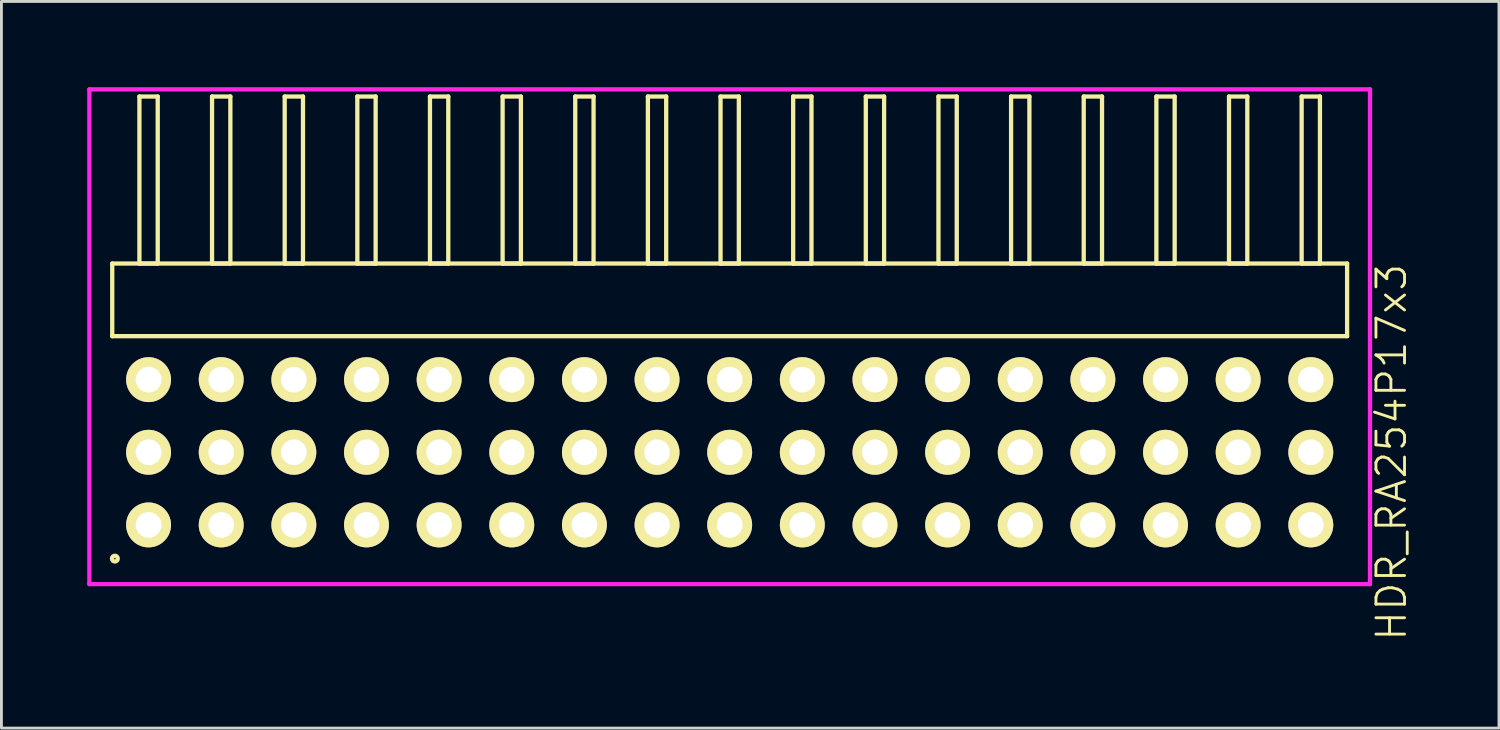
<source format=kicad_pcb>
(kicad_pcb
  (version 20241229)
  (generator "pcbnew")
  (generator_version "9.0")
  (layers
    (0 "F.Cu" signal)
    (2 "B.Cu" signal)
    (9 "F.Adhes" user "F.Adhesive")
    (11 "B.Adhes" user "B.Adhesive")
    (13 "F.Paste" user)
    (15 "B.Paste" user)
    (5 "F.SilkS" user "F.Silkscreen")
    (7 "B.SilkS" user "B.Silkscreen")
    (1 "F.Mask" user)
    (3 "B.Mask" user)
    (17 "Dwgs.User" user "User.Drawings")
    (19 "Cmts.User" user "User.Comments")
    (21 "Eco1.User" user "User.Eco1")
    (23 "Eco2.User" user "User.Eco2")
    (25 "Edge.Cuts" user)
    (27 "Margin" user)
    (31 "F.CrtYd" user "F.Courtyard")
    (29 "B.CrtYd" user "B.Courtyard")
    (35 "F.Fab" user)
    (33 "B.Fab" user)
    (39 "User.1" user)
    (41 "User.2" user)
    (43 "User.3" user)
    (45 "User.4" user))
  (footprint "HDR_RA254P17x3"
    (layer "F.Cu")
    (at 22.465 12.765)
    (property "Reference" "HDR_RA254P17x3" (at 23.14 0 90) (layer "F.SilkS") (effects (font (size 1 1) (thickness 0.1))))
    (attr through_hole)
    (fp_line (start -21.59 -6.6) (end -21.59 -4.06) (stroke (width 0.15) (type solid)) (layer "F.SilkS"))
    (fp_line (start -21.59 -4.06) (end 21.59 -4.06) (stroke (width 0.15) (type solid)) (layer "F.SilkS"))
    (fp_line (start -20.64 -12.44) (end -20.64 -6.6) (stroke (width 0.15) (type solid)) (layer "F.SilkS"))
    (fp_line (start -20.64 -6.6) (end -20 -6.6) (stroke (width 0.15) (type solid)) (layer "F.SilkS"))
    (fp_line (start -20 -12.44) (end -20.64 -12.44) (stroke (width 0.15) (type solid)) (layer "F.SilkS"))
    (fp_line (start -20 -6.6) (end -20 -12.44) (stroke (width 0.15) (type solid)) (layer "F.SilkS"))
    (fp_line (start -18.1 -12.44) (end -18.1 -6.6) (stroke (width 0.15) (type solid)) (layer "F.SilkS"))
    (fp_line (start -18.1 -6.6) (end -17.46 -6.6) (stroke (width 0.15) (type solid)) (layer "F.SilkS"))
    (fp_line (start -17.46 -12.44) (end -18.1 -12.44) (stroke (width 0.15) (type solid)) (layer "F.SilkS"))
    (fp_line (start -17.46 -6.6) (end -17.46 -12.44) (stroke (width 0.15) (type solid)) (layer "F.SilkS"))
    (fp_line (start -15.56 -12.44) (end -15.56 -6.6) (stroke (width 0.15) (type solid)) (layer "F.SilkS"))
    (fp_line (start -15.56 -6.6) (end -14.92 -6.6) (stroke (width 0.15) (type solid)) (layer "F.SilkS"))
    (fp_line (start -14.92 -12.44) (end -15.56 -12.44) (stroke (width 0.15) (type solid)) (layer "F.SilkS"))
    (fp_line (start -14.92 -6.6) (end -14.92 -12.44) (stroke (width 0.15) (type solid)) (layer "F.SilkS"))
    (fp_line (start -13.02 -12.44) (end -13.02 -6.6) (stroke (width 0.15) (type solid)) (layer "F.SilkS"))
    (fp_line (start -13.02 -6.6) (end -12.38 -6.6) (stroke (width 0.15) (type solid)) (layer "F.SilkS"))
    (fp_line (start -12.38 -12.44) (end -13.02 -12.44) (stroke (width 0.15) (type solid)) (layer "F.SilkS"))
    (fp_line (start -12.38 -6.6) (end -12.38 -12.44) (stroke (width 0.15) (type solid)) (layer "F.SilkS"))
    (fp_line (start -10.48 -12.44) (end -10.48 -6.6) (stroke (width 0.15) (type solid)) (layer "F.SilkS"))
    (fp_line (start -10.48 -6.6) (end -9.84 -6.6) (stroke (width 0.15) (type solid)) (layer "F.SilkS"))
    (fp_line (start -9.84 -12.44) (end -10.48 -12.44) (stroke (width 0.15) (type solid)) (layer "F.SilkS"))
    (fp_line (start -9.84 -6.6) (end -9.84 -12.44) (stroke (width 0.15) (type solid)) (layer "F.SilkS"))
    (fp_line (start -7.94 -12.44) (end -7.94 -6.6) (stroke (width 0.15) (type solid)) (layer "F.SilkS"))
    (fp_line (start -7.94 -6.6) (end -7.3 -6.6) (stroke (width 0.15) (type solid)) (layer "F.SilkS"))
    (fp_line (start -7.3 -12.44) (end -7.94 -12.44) (stroke (width 0.15) (type solid)) (layer "F.SilkS"))
    (fp_line (start -7.3 -6.6) (end -7.3 -12.44) (stroke (width 0.15) (type solid)) (layer "F.SilkS"))
    (fp_line (start -5.4 -12.44) (end -5.4 -6.6) (stroke (width 0.15) (type solid)) (layer "F.SilkS"))
    (fp_line (start -5.4 -6.6) (end -4.76 -6.6) (stroke (width 0.15) (type solid)) (layer "F.SilkS"))
    (fp_line (start -4.76 -12.44) (end -5.4 -12.44) (stroke (width 0.15) (type solid)) (layer "F.SilkS"))
    (fp_line (start -4.76 -6.6) (end -4.76 -12.44) (stroke (width 0.15) (type solid)) (layer "F.SilkS"))
    (fp_line (start -2.86 -12.44) (end -2.86 -6.6) (stroke (width 0.15) (type solid)) (layer "F.SilkS"))
    (fp_line (start -2.86 -6.6) (end -2.22 -6.6) (stroke (width 0.15) (type solid)) (layer "F.SilkS"))
    (fp_line (start -2.22 -12.44) (end -2.86 -12.44) (stroke (width 0.15) (type solid)) (layer "F.SilkS"))
    (fp_line (start -2.22 -6.6) (end -2.22 -12.44) (stroke (width 0.15) (type solid)) (layer "F.SilkS"))
    (fp_line (start -0.32 -12.44) (end -0.32 -6.6) (stroke (width 0.15) (type solid)) (layer "F.SilkS"))
    (fp_line (start -0.32 -6.6) (end 0.32 -6.6) (stroke (width 0.15) (type solid)) (layer "F.SilkS"))
    (fp_line (start 0.32 -12.44) (end -0.32 -12.44) (stroke (width 0.15) (type solid)) (layer "F.SilkS"))
    (fp_line (start 0.32 -6.6) (end 0.32 -12.44) (stroke (width 0.15) (type solid)) (layer "F.SilkS"))
    (fp_line (start 2.22 -12.44) (end 2.22 -6.6) (stroke (width 0.15) (type solid)) (layer "F.SilkS"))
    (fp_line (start 2.22 -6.6) (end 2.86 -6.6) (stroke (width 0.15) (type solid)) (layer "F.SilkS"))
    (fp_line (start 2.86 -12.44) (end 2.22 -12.44) (stroke (width 0.15) (type solid)) (layer "F.SilkS"))
    (fp_line (start 2.86 -6.6) (end 2.86 -12.44) (stroke (width 0.15) (type solid)) (layer "F.SilkS"))
    (fp_line (start 4.76 -12.44) (end 4.76 -6.6) (stroke (width 0.15) (type solid)) (layer "F.SilkS"))
    (fp_line (start 4.76 -6.6) (end 5.4 -6.6) (stroke (width 0.15) (type solid)) (layer "F.SilkS"))
    (fp_line (start 5.4 -12.44) (end 4.76 -12.44) (stroke (width 0.15) (type solid)) (layer "F.SilkS"))
    (fp_line (start 5.4 -6.6) (end 5.4 -12.44) (stroke (width 0.15) (type solid)) (layer "F.SilkS"))
    (fp_line (start 7.3 -12.44) (end 7.3 -6.6) (stroke (width 0.15) (type solid)) (layer "F.SilkS"))
    (fp_line (start 7.3 -6.6) (end 7.94 -6.6) (stroke (width 0.15) (type solid)) (layer "F.SilkS"))
    (fp_line (start 7.94 -12.44) (end 7.3 -12.44) (stroke (width 0.15) (type solid)) (layer "F.SilkS"))
    (fp_line (start 7.94 -6.6) (end 7.94 -12.44) (stroke (width 0.15) (type solid)) (layer "F.SilkS"))
    (fp_line (start 9.84 -12.44) (end 9.84 -6.6) (stroke (width 0.15) (type solid)) (layer "F.SilkS"))
    (fp_line (start 9.84 -6.6) (end 10.48 -6.6) (stroke (width 0.15) (type solid)) (layer "F.SilkS"))
    (fp_line (start 10.48 -12.44) (end 9.84 -12.44) (stroke (width 0.15) (type solid)) (layer "F.SilkS"))
    (fp_line (start 10.48 -6.6) (end 10.48 -12.44) (stroke (width 0.15) (type solid)) (layer "F.SilkS"))
    (fp_line (start 12.38 -12.44) (end 12.38 -6.6) (stroke (width 0.15) (type solid)) (layer "F.SilkS"))
    (fp_line (start 12.38 -6.6) (end 13.02 -6.6) (stroke (width 0.15) (type solid)) (layer "F.SilkS"))
    (fp_line (start 13.02 -12.44) (end 12.38 -12.44) (stroke (width 0.15) (type solid)) (layer "F.SilkS"))
    (fp_line (start 13.02 -6.6) (end 13.02 -12.44) (stroke (width 0.15) (type solid)) (layer "F.SilkS"))
    (fp_line (start 14.92 -12.44) (end 14.92 -6.6) (stroke (width 0.15) (type solid)) (layer "F.SilkS"))
    (fp_line (start 14.92 -6.6) (end 15.56 -6.6) (stroke (width 0.15) (type solid)) (layer "F.SilkS"))
    (fp_line (start 15.56 -12.44) (end 14.92 -12.44) (stroke (width 0.15) (type solid)) (layer "F.SilkS"))
    (fp_line (start 15.56 -6.6) (end 15.56 -12.44) (stroke (width 0.15) (type solid)) (layer "F.SilkS"))
    (fp_line (start 17.46 -12.44) (end 17.46 -6.6) (stroke (width 0.15) (type solid)) (layer "F.SilkS"))
    (fp_line (start 17.46 -6.6) (end 18.1 -6.6) (stroke (width 0.15) (type solid)) (layer "F.SilkS"))
    (fp_line (start 18.1 -12.44) (end 17.46 -12.44) (stroke (width 0.15) (type solid)) (layer "F.SilkS"))
    (fp_line (start 18.1 -6.6) (end 18.1 -12.44) (stroke (width 0.15) (type solid)) (layer "F.SilkS"))
    (fp_line (start 20 -12.44) (end 20 -6.6) (stroke (width 0.15) (type solid)) (layer "F.SilkS"))
    (fp_line (start 20 -6.6) (end 20.64 -6.6) (stroke (width 0.15) (type solid)) (layer "F.SilkS"))
    (fp_line (start 20.64 -12.44) (end 20 -12.44) (stroke (width 0.15) (type solid)) (layer "F.SilkS"))
    (fp_line (start 20.64 -6.6) (end 20.64 -12.44) (stroke (width 0.15) (type solid)) (layer "F.SilkS"))
    (fp_line (start 21.59 -6.6) (end -21.59 -6.6) (stroke (width 0.15) (type solid)) (layer "F.SilkS"))
    (fp_line (start 21.59 -4.06) (end 21.59 -6.6) (stroke (width 0.15) (type solid)) (layer "F.SilkS"))
    (fp_circle (center -21.498 3.718) (end -21.397 3.718) (stroke (width 0.15) (type solid)) (fill no) (layer "F.SilkS"))
    (fp_line (start -22.39 -12.69) (end -22.39 4.61) (stroke (width 0.15) (type solid)) (layer "F.CrtYd"))
    (fp_line (start -22.39 4.61) (end 22.39 4.61) (stroke (width 0.15) (type solid)) (layer "F.CrtYd"))
    (fp_line (start 22.39 -12.69) (end -22.39 -12.69) (stroke (width 0.15) (type solid)) (layer "F.CrtYd"))
    (fp_line (start 22.39 4.61) (end 22.39 -12.69) (stroke (width 0.15) (type solid)) (layer "F.CrtYd"))
    (pad "1" thru_hole oval (at -20.32 2.54) (size 1.57 1.57) (drill 0.9) (layers "*.Cu" "*.Mask" "F.SilkS"))
    (pad "2" thru_hole oval (at -20.32 0) (size 1.57 1.57) (drill 0.9) (layers "*.Cu" "*.Mask" "F.SilkS"))
    (pad "3" thru_hole oval (at -20.32 -2.54) (size 1.57 1.57) (drill 0.9) (layers "*.Cu" "*.Mask" "F.SilkS"))
    (pad "4" thru_hole oval (at -17.78 2.54) (size 1.57 1.57) (drill 0.9) (layers "*.Cu" "*.Mask" "F.SilkS"))
    (pad "5" thru_hole oval (at -17.78 0) (size 1.57 1.57) (drill 0.9) (layers "*.Cu" "*.Mask" "F.SilkS"))
    (pad "6" thru_hole oval (at -17.78 -2.54) (size 1.57 1.57) (drill 0.9) (layers "*.Cu" "*.Mask" "F.SilkS"))
    (pad "7" thru_hole oval (at -15.24 2.54) (size 1.57 1.57) (drill 0.9) (layers "*.Cu" "*.Mask" "F.SilkS"))
    (pad "8" thru_hole oval (at -15.24 0) (size 1.57 1.57) (drill 0.9) (layers "*.Cu" "*.Mask" "F.SilkS"))
    (pad "9" thru_hole oval (at -15.24 -2.54) (size 1.57 1.57) (drill 0.9) (layers "*.Cu" "*.Mask" "F.SilkS"))
    (pad "10" thru_hole oval (at -12.7 2.54) (size 1.57 1.57) (drill 0.9) (layers "*.Cu" "*.Mask" "F.SilkS"))
    (pad "11" thru_hole oval (at -12.7 0) (size 1.57 1.57) (drill 0.9) (layers "*.Cu" "*.Mask" "F.SilkS"))
    (pad "12" thru_hole oval (at -12.7 -2.54) (size 1.57 1.57) (drill 0.9) (layers "*.Cu" "*.Mask" "F.SilkS"))
    (pad "13" thru_hole oval (at -10.16 2.54) (size 1.57 1.57) (drill 0.9) (layers "*.Cu" "*.Mask" "F.SilkS"))
    (pad "14" thru_hole oval (at -10.16 0) (size 1.57 1.57) (drill 0.9) (layers "*.Cu" "*.Mask" "F.SilkS"))
    (pad "15" thru_hole oval (at -10.16 -2.54) (size 1.57 1.57) (drill 0.9) (layers "*.Cu" "*.Mask" "F.SilkS"))
    (pad "16" thru_hole oval (at -7.62 2.54) (size 1.57 1.57) (drill 0.9) (layers "*.Cu" "*.Mask" "F.SilkS"))
    (pad "17" thru_hole oval (at -7.62 0) (size 1.57 1.57) (drill 0.9) (layers "*.Cu" "*.Mask" "F.SilkS"))
    (pad "18" thru_hole oval (at -7.62 -2.54) (size 1.57 1.57) (drill 0.9) (layers "*.Cu" "*.Mask" "F.SilkS"))
    (pad "19" thru_hole oval (at -5.08 2.54) (size 1.57 1.57) (drill 0.9) (layers "*.Cu" "*.Mask" "F.SilkS"))
    (pad "20" thru_hole oval (at -5.08 0) (size 1.57 1.57) (drill 0.9) (layers "*.Cu" "*.Mask" "F.SilkS"))
    (pad "21" thru_hole oval (at -5.08 -2.54) (size 1.57 1.57) (drill 0.9) (layers "*.Cu" "*.Mask" "F.SilkS"))
    (pad "22" thru_hole oval (at -2.54 2.54) (size 1.57 1.57) (drill 0.9) (layers "*.Cu" "*.Mask" "F.SilkS"))
    (pad "23" thru_hole oval (at -2.54 0) (size 1.57 1.57) (drill 0.9) (layers "*.Cu" "*.Mask" "F.SilkS"))
    (pad "24" thru_hole oval (at -2.54 -2.54) (size 1.57 1.57) (drill 0.9) (layers "*.Cu" "*.Mask" "F.SilkS"))
    (pad "25" thru_hole oval (at 0 2.54) (size 1.57 1.57) (drill 0.9) (layers "*.Cu" "*.Mask" "F.SilkS"))
    (pad "26" thru_hole oval (at 0 0) (size 1.57 1.57) (drill 0.9) (layers "*.Cu" "*.Mask" "F.SilkS"))
    (pad "27" thru_hole oval (at 0 -2.54) (size 1.57 1.57) (drill 0.9) (layers "*.Cu" "*.Mask" "F.SilkS"))
    (pad "28" thru_hole oval (at 2.54 2.54) (size 1.57 1.57) (drill 0.9) (layers "*.Cu" "*.Mask" "F.SilkS"))
    (pad "29" thru_hole oval (at 2.54 0) (size 1.57 1.57) (drill 0.9) (layers "*.Cu" "*.Mask" "F.SilkS"))
    (pad "30" thru_hole oval (at 2.54 -2.54) (size 1.57 1.57) (drill 0.9) (layers "*.Cu" "*.Mask" "F.SilkS"))
    (pad "31" thru_hole oval (at 5.08 2.54) (size 1.57 1.57) (drill 0.9) (layers "*.Cu" "*.Mask" "F.SilkS"))
    (pad "32" thru_hole oval (at 5.08 0) (size 1.57 1.57) (drill 0.9) (layers "*.Cu" "*.Mask" "F.SilkS"))
    (pad "33" thru_hole oval (at 5.08 -2.54) (size 1.57 1.57) (drill 0.9) (layers "*.Cu" "*.Mask" "F.SilkS"))
    (pad "34" thru_hole oval (at 7.62 2.54) (size 1.57 1.57) (drill 0.9) (layers "*.Cu" "*.Mask" "F.SilkS"))
    (pad "35" thru_hole oval (at 7.62 0) (size 1.57 1.57) (drill 0.9) (layers "*.Cu" "*.Mask" "F.SilkS"))
    (pad "36" thru_hole oval (at 7.62 -2.54) (size 1.57 1.57) (drill 0.9) (layers "*.Cu" "*.Mask" "F.SilkS"))
    (pad "37" thru_hole oval (at 10.16 2.54) (size 1.57 1.57) (drill 0.9) (layers "*.Cu" "*.Mask" "F.SilkS"))
    (pad "38" thru_hole oval (at 10.16 0) (size 1.57 1.57) (drill 0.9) (layers "*.Cu" "*.Mask" "F.SilkS"))
    (pad "39" thru_hole oval (at 10.16 -2.54) (size 1.57 1.57) (drill 0.9) (layers "*.Cu" "*.Mask" "F.SilkS"))
    (pad "40" thru_hole oval (at 12.7 2.54) (size 1.57 1.57) (drill 0.9) (layers "*.Cu" "*.Mask" "F.SilkS"))
    (pad "41" thru_hole oval (at 12.7 0) (size 1.57 1.57) (drill 0.9) (layers "*.Cu" "*.Mask" "F.SilkS"))
    (pad "42" thru_hole oval (at 12.7 -2.54) (size 1.57 1.57) (drill 0.9) (layers "*.Cu" "*.Mask" "F.SilkS"))
    (pad "43" thru_hole oval (at 15.24 2.54) (size 1.57 1.57) (drill 0.9) (layers "*.Cu" "*.Mask" "F.SilkS"))
    (pad "44" thru_hole oval (at 15.24 0) (size 1.57 1.57) (drill 0.9) (layers "*.Cu" "*.Mask" "F.SilkS"))
    (pad "45" thru_hole oval (at 15.24 -2.54) (size 1.57 1.57) (drill 0.9) (layers "*.Cu" "*.Mask" "F.SilkS"))
    (pad "46" thru_hole oval (at 17.78 2.54) (size 1.57 1.57) (drill 0.9) (layers "*.Cu" "*.Mask" "F.SilkS"))
    (pad "47" thru_hole oval (at 17.78 0) (size 1.57 1.57) (drill 0.9) (layers "*.Cu" "*.Mask" "F.SilkS"))
    (pad "48" thru_hole oval (at 17.78 -2.54) (size 1.57 1.57) (drill 0.9) (layers "*.Cu" "*.Mask" "F.SilkS"))
    (pad "49" thru_hole oval (at 20.32 2.54) (size 1.57 1.57) (drill 0.9) (layers "*.Cu" "*.Mask" "F.SilkS"))
    (pad "50" thru_hole oval (at 20.32 0) (size 1.57 1.57) (drill 0.9) (layers "*.Cu" "*.Mask" "F.SilkS"))
    (pad "51" thru_hole oval (at 20.32 -2.54) (size 1.57 1.57) (drill 0.9) (layers "*.Cu" "*.Mask" "F.SilkS")))
  (gr_rect
    (start -3 -3)
    (end 49.365 22.41)
    (stroke (width 0.1) (type default))
    (fill no)
    (layer "Edge.Cuts")))
</source>
